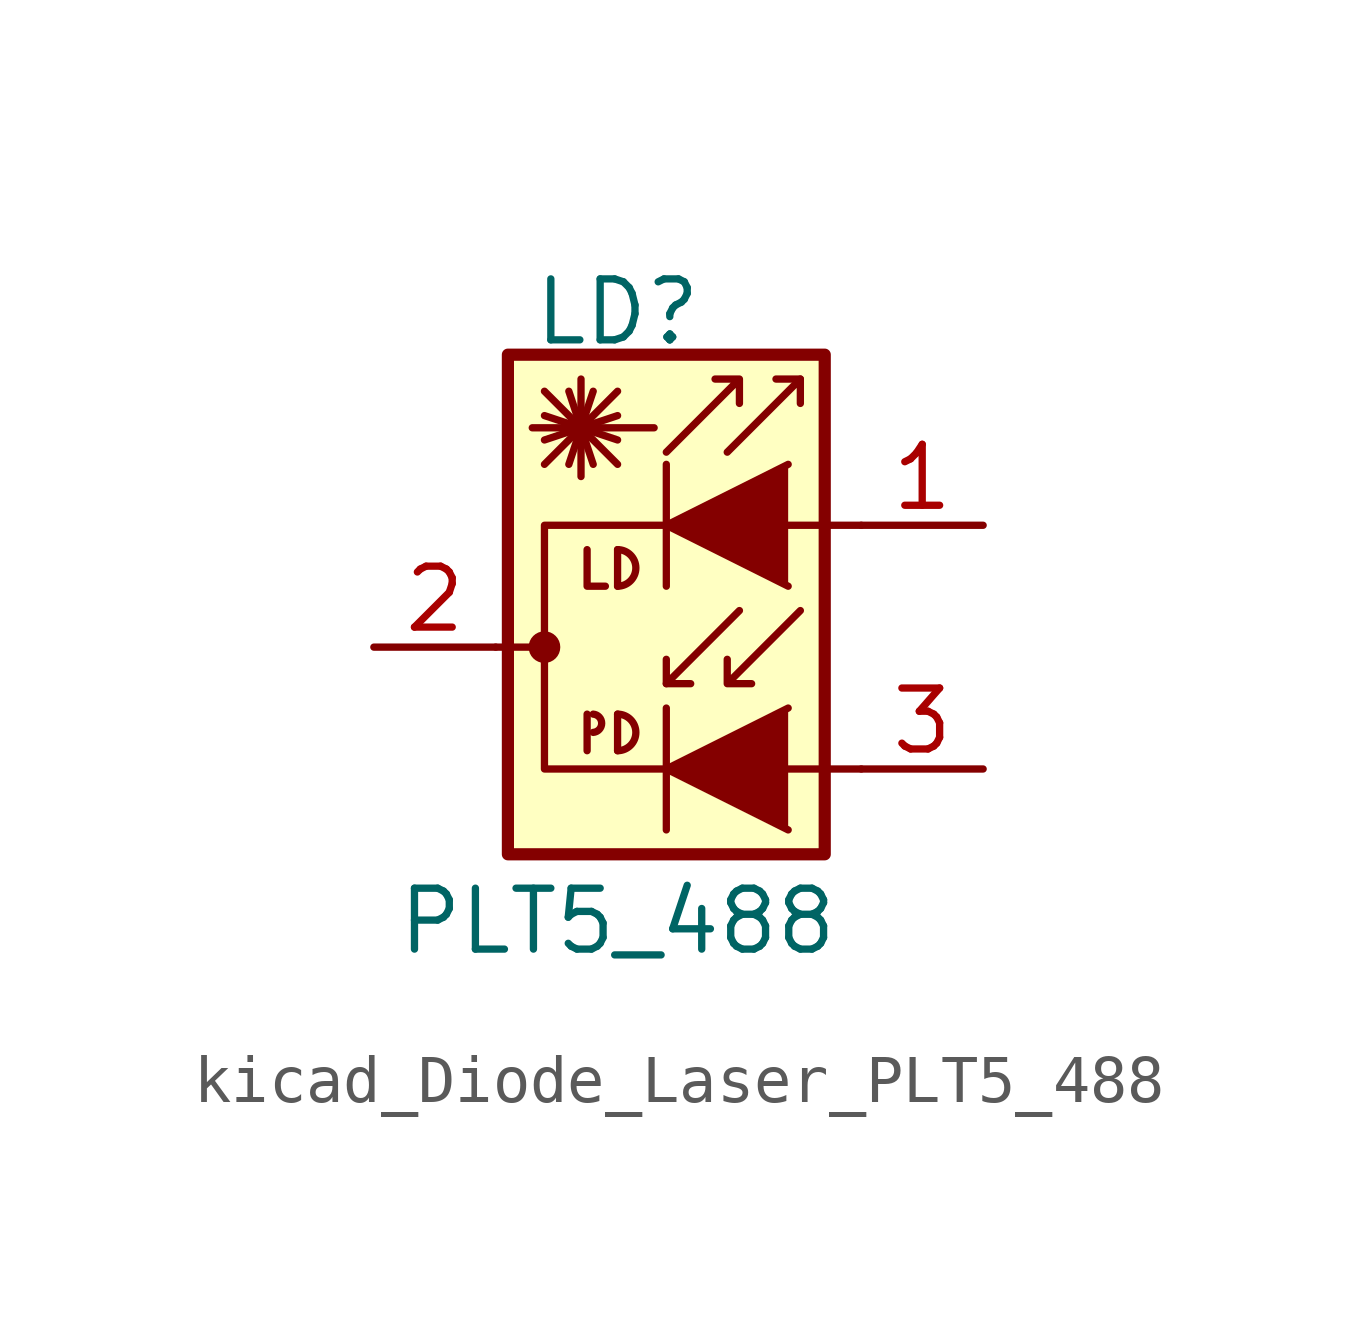
<source format=kicad_sym>
(kicad_symbol_lib
  (version 20220914)
  (generator kicad_symbol_editor)
  (symbol "kicad_Diode_Laser_PLT5_488"
    (pin_names
      (offset 1.016) hide)
    (property "Reference" "LD"
      (at 0 6.985 0)
      (effects (font (size 1.27 1.27))))
    (property "Value" "PLT5_488"
      (at 0 -5.715 0)
      (effects (font (size 1.27 1.27))))
    (symbol "kicad_Diode_Laser_PLT5_488_0_1"
      (circle (center -1.524 0) (radius 0.254) (stroke (width 0) (type default)) (fill (type outline)))
      (arc (start -0.508 -1.778) (mid -0.3302 -1.6002) (end -0.508 -1.397) (stroke (width 0) (type default)) (fill (type none)))
      (arc (start 0 -2.159) (mid 0.3794 -1.778) (end 0 -1.397) (stroke (width 0) (type default)) (fill (type none)))
      (polyline (pts (xy -2.54 0) (xy -1.524 0)) (stroke (width 0) (type default)) (fill (type none)))
      (polyline (pts (xy -1.524 3.81) (xy 0 5.334)) (stroke (width 0) (type default)) (fill (type none)))
      (polyline (pts (xy -1.524 4.318) (xy 0 4.826)) (stroke (width 0) (type default)) (fill (type none)))
      (polyline (pts (xy -1.524 4.826) (xy 0 4.318)) (stroke (width 0) (type default)) (fill (type none)))
      (polyline (pts (xy -1.524 5.334) (xy 0 3.81)) (stroke (width 0) (type default)) (fill (type none)))
      (polyline (pts (xy -1.016 5.334) (xy -0.508 3.81)) (stroke (width 0) (type default)) (fill (type none)))
      (polyline (pts (xy -0.762 4.572) (xy -0.762 3.556)) (stroke (width 0) (type default)) (fill (type none)))
      (polyline (pts (xy -0.762 4.572) (xy -0.762 5.588)) (stroke (width 0) (type default)) (fill (type none)))
      (polyline (pts (xy -0.635 -1.397) (xy -0.635 -2.159)) (stroke (width 0) (type default)) (fill (type none)))
      (polyline (pts (xy -0.508 5.334) (xy -1.016 3.81)) (stroke (width 0) (type default)) (fill (type none)))
      (polyline (pts (xy 0 -1.397) (xy 0 -2.159)) (stroke (width 0) (type default)) (fill (type none)))
      (polyline (pts (xy 0 2.032) (xy 0 1.27)) (stroke (width 0) (type default)) (fill (type none)))
      (polyline (pts (xy 0.762 4.572) (xy -1.778 4.572)) (stroke (width 0) (type default)) (fill (type none)))
      (polyline (pts (xy 1.016 -1.27) (xy 1.016 -3.81)) (stroke (width 0.152) (type default)) (fill (type none)))
      (polyline (pts (xy 1.016 -0.762) (xy 1.524 -0.762)) (stroke (width 0) (type default)) (fill (type none)))
      (polyline (pts (xy 1.016 3.81) (xy 1.016 1.27)) (stroke (width 0.152) (type default)) (fill (type none)))
      (polyline (pts (xy 3.81 5.588) (xy 3.302 5.588)) (stroke (width 0) (type default)) (fill (type none)))
      (polyline (pts (xy -0.635 2.032) (xy -0.635 1.27) (xy -0.254 1.27)) (stroke (width 0) (type default)) (fill (type none)))
      (polyline (pts (xy 2.286 4.064) (xy 3.81 5.588) (xy 3.81 5.08)) (stroke (width 0) (type default)) (fill (type none)))
      (polyline (pts (xy 2.54 0.762) (xy 1.016 -0.762) (xy 1.016 -0.254)) (stroke (width 0) (type default)) (fill (type none)))
      (polyline (pts (xy 3.556 -1.27) (xy 1.016 -2.54) (xy 3.556 -3.81)) (stroke (width 0) (type default)) (fill (type outline)))
      (polyline (pts (xy 3.556 3.81) (xy 1.016 2.54) (xy 3.556 1.27)) (stroke (width 0) (type default)) (fill (type outline)))
      (polyline (pts (xy 5.08 2.54) (xy -1.524 2.54) (xy -1.524 -2.54) (xy 5.08 -2.54)) (stroke (width 0) (type default)) (fill (type none)))
      (polyline (pts (xy 1.016 4.064) (xy 2.54 5.588) (xy 2.54 5.08) (xy 2.54 5.588) (xy 2.032 5.588)) (stroke (width 0) (type default)) (fill (type none)))
      (polyline (pts (xy 3.81 0.762) (xy 2.286 -0.762) (xy 2.286 -0.254) (xy 2.286 -0.762) (xy 2.794 -0.762)) (stroke (width 0) (type default)) (fill (type none)))
      (arc (start 0 1.27) (mid 0.3794 1.651) (end 0 2.032) (stroke (width 0) (type default)) (fill (type none)))
      (rectangle (start 4.318 6.096) (end -2.286 -4.318) (stroke (width 0.254) (type default)) (fill (type background))))
    (symbol "kicad_Diode_Laser_PLT5_488_1_1"
      (pin passive line (at 7.62 2.54 180) (length 2.54) (name "~" (effects (font (size 1.27 1.27)))) (number "1" (effects (font (size 1.27 1.27)))))
      (pin passive line (at -5.08 0 0) (length 2.54) (name "~" (effects (font (size 1.27 1.27)))) (number "2" (effects (font (size 1.27 1.27)))))
      (pin passive line (at 7.62 -2.54 180) (length 2.54) (name "~" (effects (font (size 1.27 1.27)))) (number "3" (effects (font (size 1.27 1.27))))))))
</source>
